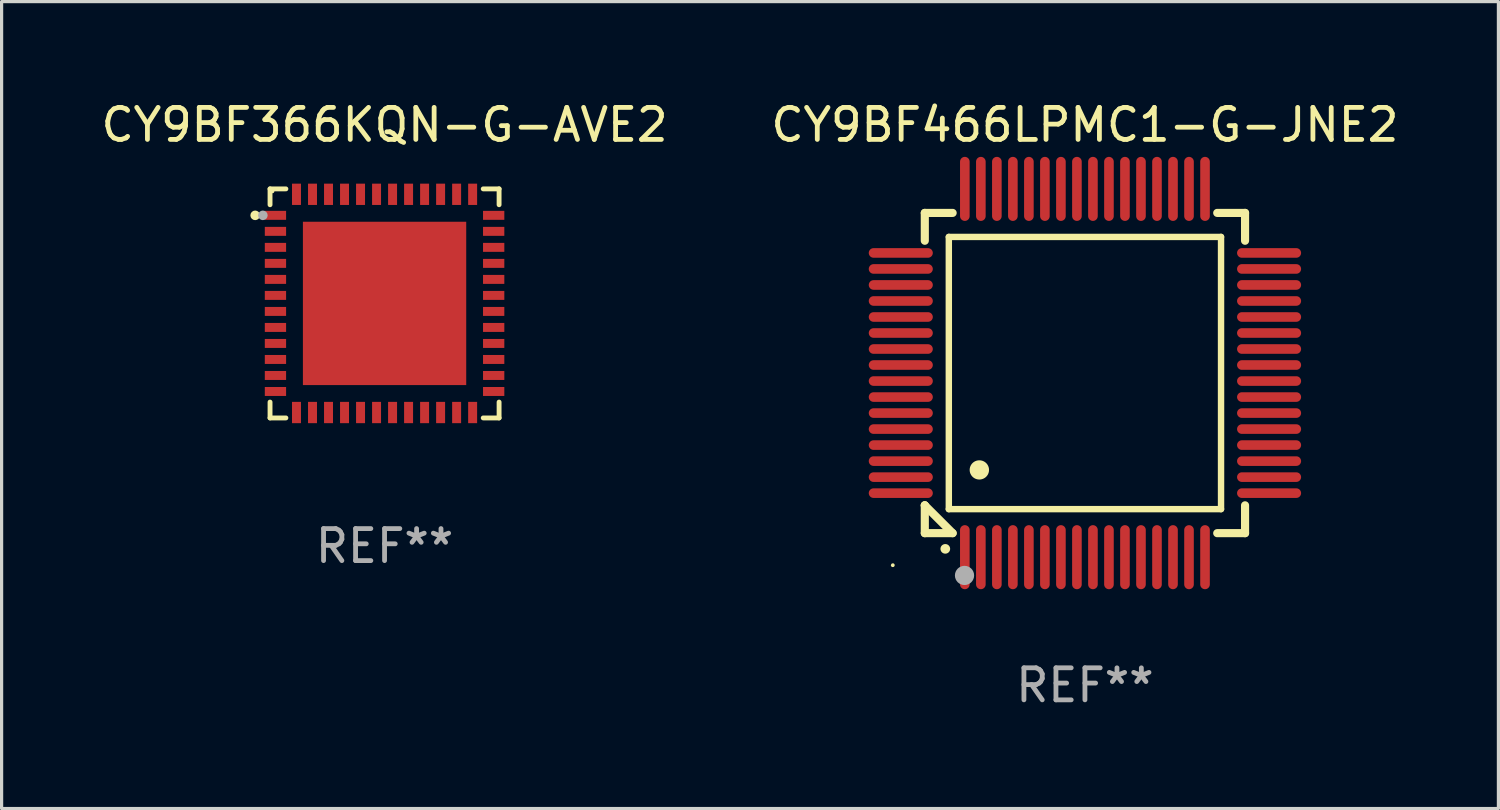
<source format=kicad_pcb>
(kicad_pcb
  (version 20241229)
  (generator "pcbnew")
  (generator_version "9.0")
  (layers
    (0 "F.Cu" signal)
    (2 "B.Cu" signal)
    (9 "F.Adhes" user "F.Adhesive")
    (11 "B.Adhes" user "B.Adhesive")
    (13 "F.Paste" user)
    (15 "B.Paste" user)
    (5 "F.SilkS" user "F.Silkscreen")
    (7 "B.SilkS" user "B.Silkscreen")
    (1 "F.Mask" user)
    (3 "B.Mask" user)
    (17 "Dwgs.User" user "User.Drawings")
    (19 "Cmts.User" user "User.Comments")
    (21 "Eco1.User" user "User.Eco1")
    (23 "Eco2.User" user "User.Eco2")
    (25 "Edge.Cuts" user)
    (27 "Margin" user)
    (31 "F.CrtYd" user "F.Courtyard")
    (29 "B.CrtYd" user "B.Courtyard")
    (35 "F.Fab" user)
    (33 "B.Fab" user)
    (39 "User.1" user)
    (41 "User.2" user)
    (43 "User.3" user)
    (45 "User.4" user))
  (footprint "CY9BF466LPMC1-G-JNE2"
    (layer "F.Cu")
    (at 30.827 8.598)
    (property "Reference" "CY9BF466LPMC1-G-JNE2" (at 0 -7.75 0) (layer "F.SilkS") (effects (font (size 1 1) (thickness 0.15))))
    (attr through_hole)
    (fp_line (start -5 -5) (end -4.131 -5) (stroke (width 0.254) (type solid)) (layer "F.SilkS"))
    (fp_line (start -5 -4.131) (end -5 -5) (stroke (width 0.254) (type solid)) (layer "F.SilkS"))
    (fp_line (start -5 4.131) (end -5 4.131) (stroke (width 0.254) (type solid)) (layer "F.SilkS"))
    (fp_line (start -5 5) (end -5 4.131) (stroke (width 0.254) (type solid)) (layer "F.SilkS"))
    (fp_line (start -5 4.131) (end -4.131 5) (stroke (width 0.254) (type solid)) (layer "F.SilkS"))
    (fp_line (start -4.25 -4.25) (end -4.25 4.25) (stroke (width 0.2) (type solid)) (layer "F.SilkS"))
    (fp_line (start -4.25 4.25) (end 4.25 4.25) (stroke (width 0.2) (type solid)) (layer "F.SilkS"))
    (fp_line (start -4.131 5) (end -5 5) (stroke (width 0.254) (type solid)) (layer "F.SilkS"))
    (fp_line (start 4.25 -4.25) (end -4.25 -4.25) (stroke (width 0.2) (type solid)) (layer "F.SilkS"))
    (fp_line (start 4.25 4.25) (end 4.25 -4.25) (stroke (width 0.2) (type solid)) (layer "F.SilkS"))
    (fp_line (start 5 -5) (end 4.131 -5) (stroke (width 0.254) (type solid)) (layer "F.SilkS"))
    (fp_line (start 5 -5) (end 5 -4.131) (stroke (width 0.254) (type solid)) (layer "F.SilkS"))
    (fp_line (start 5 4.131) (end 5 5) (stroke (width 0.254) (type solid)) (layer "F.SilkS"))
    (fp_line (start 5 5) (end 4.131 5) (stroke (width 0.254) (type solid)) (layer "F.SilkS"))
    (fp_arc (start -4.361265 5.489992) (mid -4.359995 5.489987) (end -4.358725 5.489992) (stroke (width 0.3) (type solid)) (layer "F.SilkS"))
    (fp_arc (start -3.299467 3.025146) (mid -3.296927 3.025135) (end -3.294387 3.025146) (stroke (width 0.6) (type solid)) (layer "F.SilkS"))
    (fp_circle (center -6 6) (end -5.97 6) (stroke (width 0.06) (type solid)) (fill no) (layer "F.SilkS"))
    (fp_circle (center -3.76 6.32) (end -3.61 6.32) (stroke (width 0.3) (type solid)) (fill no) (layer "F.Fab"))
    (fp_text user "REF**" (at 0 9.75 0) (layer "F.Fab") (effects (font (size 1 1) (thickness 0.15))))
    (pad "1" smd oval (at -3.75 5.75) (size 0.3 2) (layers "F.Cu" "F.Mask" "F.Paste"))
    (pad "2" smd oval (at -3.25 5.75) (size 0.3 2) (layers "F.Cu" "F.Mask" "F.Paste"))
    (pad "3" smd oval (at -2.75 5.75) (size 0.3 2) (layers "F.Cu" "F.Mask" "F.Paste"))
    (pad "4" smd oval (at -2.25 5.75) (size 0.3 2) (layers "F.Cu" "F.Mask" "F.Paste"))
    (pad "5" smd oval (at -1.75 5.75) (size 0.3 2) (layers "F.Cu" "F.Mask" "F.Paste"))
    (pad "6" smd oval (at -1.25 5.75) (size 0.3 2) (layers "F.Cu" "F.Mask" "F.Paste"))
    (pad "7" smd oval (at -0.75 5.75) (size 0.3 2) (layers "F.Cu" "F.Mask" "F.Paste"))
    (pad "8" smd oval (at -0.25 5.75) (size 0.3 2) (layers "F.Cu" "F.Mask" "F.Paste"))
    (pad "9" smd oval (at 0.25 5.75) (size 0.3 2) (layers "F.Cu" "F.Mask" "F.Paste"))
    (pad "10" smd oval (at 0.75 5.75) (size 0.3 2) (layers "F.Cu" "F.Mask" "F.Paste"))
    (pad "11" smd oval (at 1.25 5.75) (size 0.3 2) (layers "F.Cu" "F.Mask" "F.Paste"))
    (pad "12" smd oval (at 1.75 5.75) (size 0.3 2) (layers "F.Cu" "F.Mask" "F.Paste"))
    (pad "13" smd oval (at 2.25 5.75) (size 0.3 2) (layers "F.Cu" "F.Mask" "F.Paste"))
    (pad "14" smd oval (at 2.75 5.75) (size 0.3 2) (layers "F.Cu" "F.Mask" "F.Paste"))
    (pad "15" smd oval (at 3.25 5.75) (size 0.3 2) (layers "F.Cu" "F.Mask" "F.Paste"))
    (pad "16" smd oval (at 3.75 5.75) (size 0.3 2) (layers "F.Cu" "F.Mask" "F.Paste"))
    (pad "17" smd oval (at 5.75 3.75) (size 2 0.3) (layers "F.Cu" "F.Mask" "F.Paste"))
    (pad "18" smd oval (at 5.75 3.25) (size 2 0.3) (layers "F.Cu" "F.Mask" "F.Paste"))
    (pad "19" smd oval (at 5.75 2.75) (size 2 0.3) (layers "F.Cu" "F.Mask" "F.Paste"))
    (pad "20" smd oval (at 5.75 2.25) (size 2 0.3) (layers "F.Cu" "F.Mask" "F.Paste"))
    (pad "21" smd oval (at 5.75 1.75) (size 2 0.3) (layers "F.Cu" "F.Mask" "F.Paste"))
    (pad "22" smd oval (at 5.75 1.25) (size 2 0.3) (layers "F.Cu" "F.Mask" "F.Paste"))
    (pad "23" smd oval (at 5.75 0.75) (size 2 0.3) (layers "F.Cu" "F.Mask" "F.Paste"))
    (pad "24" smd oval (at 5.75 0.25) (size 2 0.3) (layers "F.Cu" "F.Mask" "F.Paste"))
    (pad "25" smd oval (at 5.75 -0.25) (size 2 0.3) (layers "F.Cu" "F.Mask" "F.Paste"))
    (pad "26" smd oval (at 5.75 -0.75) (size 2 0.3) (layers "F.Cu" "F.Mask" "F.Paste"))
    (pad "27" smd oval (at 5.75 -1.25) (size 2 0.3) (layers "F.Cu" "F.Mask" "F.Paste"))
    (pad "28" smd oval (at 5.75 -1.75) (size 2 0.3) (layers "F.Cu" "F.Mask" "F.Paste"))
    (pad "29" smd oval (at 5.75 -2.25) (size 2 0.3) (layers "F.Cu" "F.Mask" "F.Paste"))
    (pad "30" smd oval (at 5.75 -2.75) (size 2 0.3) (layers "F.Cu" "F.Mask" "F.Paste"))
    (pad "31" smd oval (at 5.75 -3.25) (size 2 0.3) (layers "F.Cu" "F.Mask" "F.Paste"))
    (pad "32" smd oval (at 5.75 -3.75) (size 2 0.3) (layers "F.Cu" "F.Mask" "F.Paste"))
    (pad "33" smd oval (at 3.75 -5.75) (size 0.3 2) (layers "F.Cu" "F.Mask" "F.Paste"))
    (pad "34" smd oval (at 3.25 -5.75) (size 0.3 2) (layers "F.Cu" "F.Mask" "F.Paste"))
    (pad "35" smd oval (at 2.75 -5.75) (size 0.3 2) (layers "F.Cu" "F.Mask" "F.Paste"))
    (pad "36" smd oval (at 2.25 -5.75) (size 0.3 2) (layers "F.Cu" "F.Mask" "F.Paste"))
    (pad "37" smd oval (at 1.75 -5.75) (size 0.3 2) (layers "F.Cu" "F.Mask" "F.Paste"))
    (pad "38" smd oval (at 1.25 -5.75) (size 0.3 2) (layers "F.Cu" "F.Mask" "F.Paste"))
    (pad "39" smd oval (at 0.75 -5.75) (size 0.3 2) (layers "F.Cu" "F.Mask" "F.Paste"))
    (pad "40" smd oval (at 0.25 -5.75) (size 0.3 2) (layers "F.Cu" "F.Mask" "F.Paste"))
    (pad "41" smd oval (at -0.25 -5.75) (size 0.3 2) (layers "F.Cu" "F.Mask" "F.Paste"))
    (pad "42" smd oval (at -0.75 -5.75) (size 0.3 2) (layers "F.Cu" "F.Mask" "F.Paste"))
    (pad "43" smd oval (at -1.25 -5.75) (size 0.3 2) (layers "F.Cu" "F.Mask" "F.Paste"))
    (pad "44" smd oval (at -1.75 -5.75) (size 0.3 2) (layers "F.Cu" "F.Mask" "F.Paste"))
    (pad "45" smd oval (at -2.25 -5.75) (size 0.3 2) (layers "F.Cu" "F.Mask" "F.Paste"))
    (pad "46" smd oval (at -2.75 -5.75) (size 0.3 2) (layers "F.Cu" "F.Mask" "F.Paste"))
    (pad "47" smd oval (at -3.25 -5.75) (size 0.3 2) (layers "F.Cu" "F.Mask" "F.Paste"))
    (pad "48" smd oval (at -3.75 -5.75) (size 0.3 2) (layers "F.Cu" "F.Mask" "F.Paste"))
    (pad "49" smd oval (at -5.75 -3.75) (size 2 0.3) (layers "F.Cu" "F.Mask" "F.Paste"))
    (pad "50" smd oval (at -5.75 -3.25) (size 2 0.3) (layers "F.Cu" "F.Mask" "F.Paste"))
    (pad "51" smd oval (at -5.75 -2.75) (size 2 0.3) (layers "F.Cu" "F.Mask" "F.Paste"))
    (pad "52" smd oval (at -5.75 -2.25) (size 2 0.3) (layers "F.Cu" "F.Mask" "F.Paste"))
    (pad "53" smd oval (at -5.75 -1.75) (size 2 0.3) (layers "F.Cu" "F.Mask" "F.Paste"))
    (pad "54" smd oval (at -5.75 -1.25) (size 2 0.3) (layers "F.Cu" "F.Mask" "F.Paste"))
    (pad "55" smd oval (at -5.75 -0.75) (size 2 0.3) (layers "F.Cu" "F.Mask" "F.Paste"))
    (pad "56" smd oval (at -5.75 -0.25) (size 2 0.3) (layers "F.Cu" "F.Mask" "F.Paste"))
    (pad "57" smd oval (at -5.75 0.25) (size 2 0.3) (layers "F.Cu" "F.Mask" "F.Paste"))
    (pad "58" smd oval (at -5.75 0.75) (size 2 0.3) (layers "F.Cu" "F.Mask" "F.Paste"))
    (pad "59" smd oval (at -5.75 1.25) (size 2 0.3) (layers "F.Cu" "F.Mask" "F.Paste"))
    (pad "60" smd oval (at -5.75 1.75) (size 2 0.3) (layers "F.Cu" "F.Mask" "F.Paste"))
    (pad "61" smd oval (at -5.75 2.25) (size 2 0.3) (layers "F.Cu" "F.Mask" "F.Paste"))
    (pad "62" smd oval (at -5.75 2.75) (size 2 0.3) (layers "F.Cu" "F.Mask" "F.Paste"))
    (pad "63" smd oval (at -5.75 3.25) (size 2 0.3) (layers "F.Cu" "F.Mask" "F.Paste"))
    (pad "64" smd oval (at -5.75 3.75) (size 2 0.3) (layers "F.Cu" "F.Mask" "F.Paste")))
  (footprint "CY9BF366KQN-G-AVE2"
    (layer "F.Cu")
    (at 8.958 6.424)
    (property "Reference" "CY9BF366KQN-G-AVE2" (at 0 -5.576 0) (layer "F.SilkS") (effects (font (size 1 1) (thickness 0.15))))
    (attr through_hole)
    (fp_line (start -3.576 -3.576) (end -3.576 -3.081) (stroke (width 0.152) (type solid)) (layer "F.SilkS"))
    (fp_line (start -3.576 3.576) (end -3.576 3.081) (stroke (width 0.152) (type solid)) (layer "F.SilkS"))
    (fp_line (start -3.081 -3.576) (end -3.576 -3.576) (stroke (width 0.152) (type solid)) (layer "F.SilkS"))
    (fp_line (start -3.081 3.576) (end -3.576 3.576) (stroke (width 0.152) (type solid)) (layer "F.SilkS"))
    (fp_line (start 3.081 -3.576) (end 3.576 -3.576) (stroke (width 0.152) (type solid)) (layer "F.SilkS"))
    (fp_line (start 3.081 3.576) (end 3.576 3.576) (stroke (width 0.152) (type solid)) (layer "F.SilkS"))
    (fp_line (start 3.576 -3.576) (end 3.576 -3.081) (stroke (width 0.152) (type solid)) (layer "F.SilkS"))
    (fp_line (start 3.576 3.576) (end 3.576 3.081) (stroke (width 0.152) (type solid)) (layer "F.SilkS"))
    (fp_circle (center -4.04 -2.75) (end -3.965 -2.75) (stroke (width 0.15) (type solid)) (fill no) (layer "F.SilkS"))
    (fp_circle (center -3.5 -3.5) (end -3.47 -3.5) (stroke (width 0.06) (type solid)) (fill no) (layer "F.SilkS"))
    (fp_circle (center -3.8 -2.75) (end -3.725 -2.75) (stroke (width 0.15) (type solid)) (fill no) (layer "F.Fab"))
    (fp_text user "REF**" (at 0 7.576 0) (layer "F.Fab") (effects (font (size 1 1) (thickness 0.15))))
    (pad "1" smd rect (at -3.407 -2.75) (size 0.665 0.28) (layers "F.Cu" "F.Mask" "F.Paste"))
    (pad "2" smd rect (at -3.407 -2.25) (size 0.665 0.28) (layers "F.Cu" "F.Mask" "F.Paste"))
    (pad "3" smd rect (at -3.407 -1.75) (size 0.665 0.28) (layers "F.Cu" "F.Mask" "F.Paste"))
    (pad "4" smd rect (at -3.407 -1.25) (size 0.665 0.28) (layers "F.Cu" "F.Mask" "F.Paste"))
    (pad "5" smd rect (at -3.407 -0.75) (size 0.665 0.28) (layers "F.Cu" "F.Mask" "F.Paste"))
    (pad "6" smd rect (at -3.407 -0.25) (size 0.665 0.28) (layers "F.Cu" "F.Mask" "F.Paste"))
    (pad "7" smd rect (at -3.407 0.25) (size 0.665 0.28) (layers "F.Cu" "F.Mask" "F.Paste"))
    (pad "8" smd rect (at -3.407 0.75) (size 0.665 0.28) (layers "F.Cu" "F.Mask" "F.Paste"))
    (pad "9" smd rect (at -3.407 1.25) (size 0.665 0.28) (layers "F.Cu" "F.Mask" "F.Paste"))
    (pad "10" smd rect (at -3.407 1.75) (size 0.665 0.28) (layers "F.Cu" "F.Mask" "F.Paste"))
    (pad "11" smd rect (at -3.407 2.25) (size 0.665 0.28) (layers "F.Cu" "F.Mask" "F.Paste"))
    (pad "12" smd rect (at -3.407 2.75) (size 0.665 0.28) (layers "F.Cu" "F.Mask" "F.Paste"))
    (pad "13" smd rect (at -2.75 3.407) (size 0.28 0.665) (layers "F.Cu" "F.Mask" "F.Paste"))
    (pad "14" smd rect (at -2.25 3.407) (size 0.28 0.665) (layers "F.Cu" "F.Mask" "F.Paste"))
    (pad "15" smd rect (at -1.75 3.407) (size 0.28 0.665) (layers "F.Cu" "F.Mask" "F.Paste"))
    (pad "16" smd rect (at -1.25 3.407) (size 0.28 0.665) (layers "F.Cu" "F.Mask" "F.Paste"))
    (pad "17" smd rect (at -0.75 3.407) (size 0.28 0.665) (layers "F.Cu" "F.Mask" "F.Paste"))
    (pad "18" smd rect (at -0.25 3.407) (size 0.28 0.665) (layers "F.Cu" "F.Mask" "F.Paste"))
    (pad "19" smd rect (at 0.25 3.407) (size 0.28 0.665) (layers "F.Cu" "F.Mask" "F.Paste"))
    (pad "20" smd rect (at 0.75 3.407) (size 0.28 0.665) (layers "F.Cu" "F.Mask" "F.Paste"))
    (pad "21" smd rect (at 1.25 3.407) (size 0.28 0.665) (layers "F.Cu" "F.Mask" "F.Paste"))
    (pad "22" smd rect (at 1.75 3.407) (size 0.28 0.665) (layers "F.Cu" "F.Mask" "F.Paste"))
    (pad "23" smd rect (at 2.25 3.407) (size 0.28 0.665) (layers "F.Cu" "F.Mask" "F.Paste"))
    (pad "24" smd rect (at 2.75 3.407) (size 0.28 0.665) (layers "F.Cu" "F.Mask" "F.Paste"))
    (pad "25" smd rect (at 3.407 2.75) (size 0.665 0.28) (layers "F.Cu" "F.Mask" "F.Paste"))
    (pad "26" smd rect (at 3.407 2.25) (size 0.665 0.28) (layers "F.Cu" "F.Mask" "F.Paste"))
    (pad "27" smd rect (at 3.407 1.75) (size 0.665 0.28) (layers "F.Cu" "F.Mask" "F.Paste"))
    (pad "28" smd rect (at 3.407 1.25) (size 0.665 0.28) (layers "F.Cu" "F.Mask" "F.Paste"))
    (pad "29" smd rect (at 3.407 0.75) (size 0.665 0.28) (layers "F.Cu" "F.Mask" "F.Paste"))
    (pad "30" smd rect (at 3.407 0.25) (size 0.665 0.28) (layers "F.Cu" "F.Mask" "F.Paste"))
    (pad "31" smd rect (at 3.407 -0.25) (size 0.665 0.28) (layers "F.Cu" "F.Mask" "F.Paste"))
    (pad "32" smd rect (at 3.407 -0.75) (size 0.665 0.28) (layers "F.Cu" "F.Mask" "F.Paste"))
    (pad "33" smd rect (at 3.407 -1.25) (size 0.665 0.28) (layers "F.Cu" "F.Mask" "F.Paste"))
    (pad "34" smd rect (at 3.407 -1.75) (size 0.665 0.28) (layers "F.Cu" "F.Mask" "F.Paste"))
    (pad "35" smd rect (at 3.407 -2.25) (size 0.665 0.28) (layers "F.Cu" "F.Mask" "F.Paste"))
    (pad "36" smd rect (at 3.407 -2.75) (size 0.665 0.28) (layers "F.Cu" "F.Mask" "F.Paste"))
    (pad "37" smd rect (at 2.75 -3.407) (size 0.28 0.665) (layers "F.Cu" "F.Mask" "F.Paste"))
    (pad "38" smd rect (at 2.25 -3.407) (size 0.28 0.665) (layers "F.Cu" "F.Mask" "F.Paste"))
    (pad "39" smd rect (at 1.75 -3.407) (size 0.28 0.665) (layers "F.Cu" "F.Mask" "F.Paste"))
    (pad "40" smd rect (at 1.25 -3.407) (size 0.28 0.665) (layers "F.Cu" "F.Mask" "F.Paste"))
    (pad "41" smd rect (at 0.75 -3.407) (size 0.28 0.665) (layers "F.Cu" "F.Mask" "F.Paste"))
    (pad "42" smd rect (at 0.25 -3.407) (size 0.28 0.665) (layers "F.Cu" "F.Mask" "F.Paste"))
    (pad "43" smd rect (at -0.25 -3.407) (size 0.28 0.665) (layers "F.Cu" "F.Mask" "F.Paste"))
    (pad "44" smd rect (at -0.75 -3.407) (size 0.28 0.665) (layers "F.Cu" "F.Mask" "F.Paste"))
    (pad "45" smd rect (at -1.25 -3.407) (size 0.28 0.665) (layers "F.Cu" "F.Mask" "F.Paste"))
    (pad "46" smd rect (at -1.75 -3.407) (size 0.28 0.665) (layers "F.Cu" "F.Mask" "F.Paste"))
    (pad "47" smd rect (at -2.25 -3.407) (size 0.28 0.665) (layers "F.Cu" "F.Mask" "F.Paste"))
    (pad "48" smd rect (at -2.75 -3.407) (size 0.28 0.665) (layers "F.Cu" "F.Mask" "F.Paste"))
    (pad "49" smd rect (at 0 0) (size 5.1 5.1) (layers "F.Cu" "F.Mask" "F.Paste")))
  (gr_rect
    (start -3 -3)
    (end 43.738 22.196)
    (stroke (width 0.1) (type default))
    (fill no)
    (layer "Edge.Cuts")))
</source>
